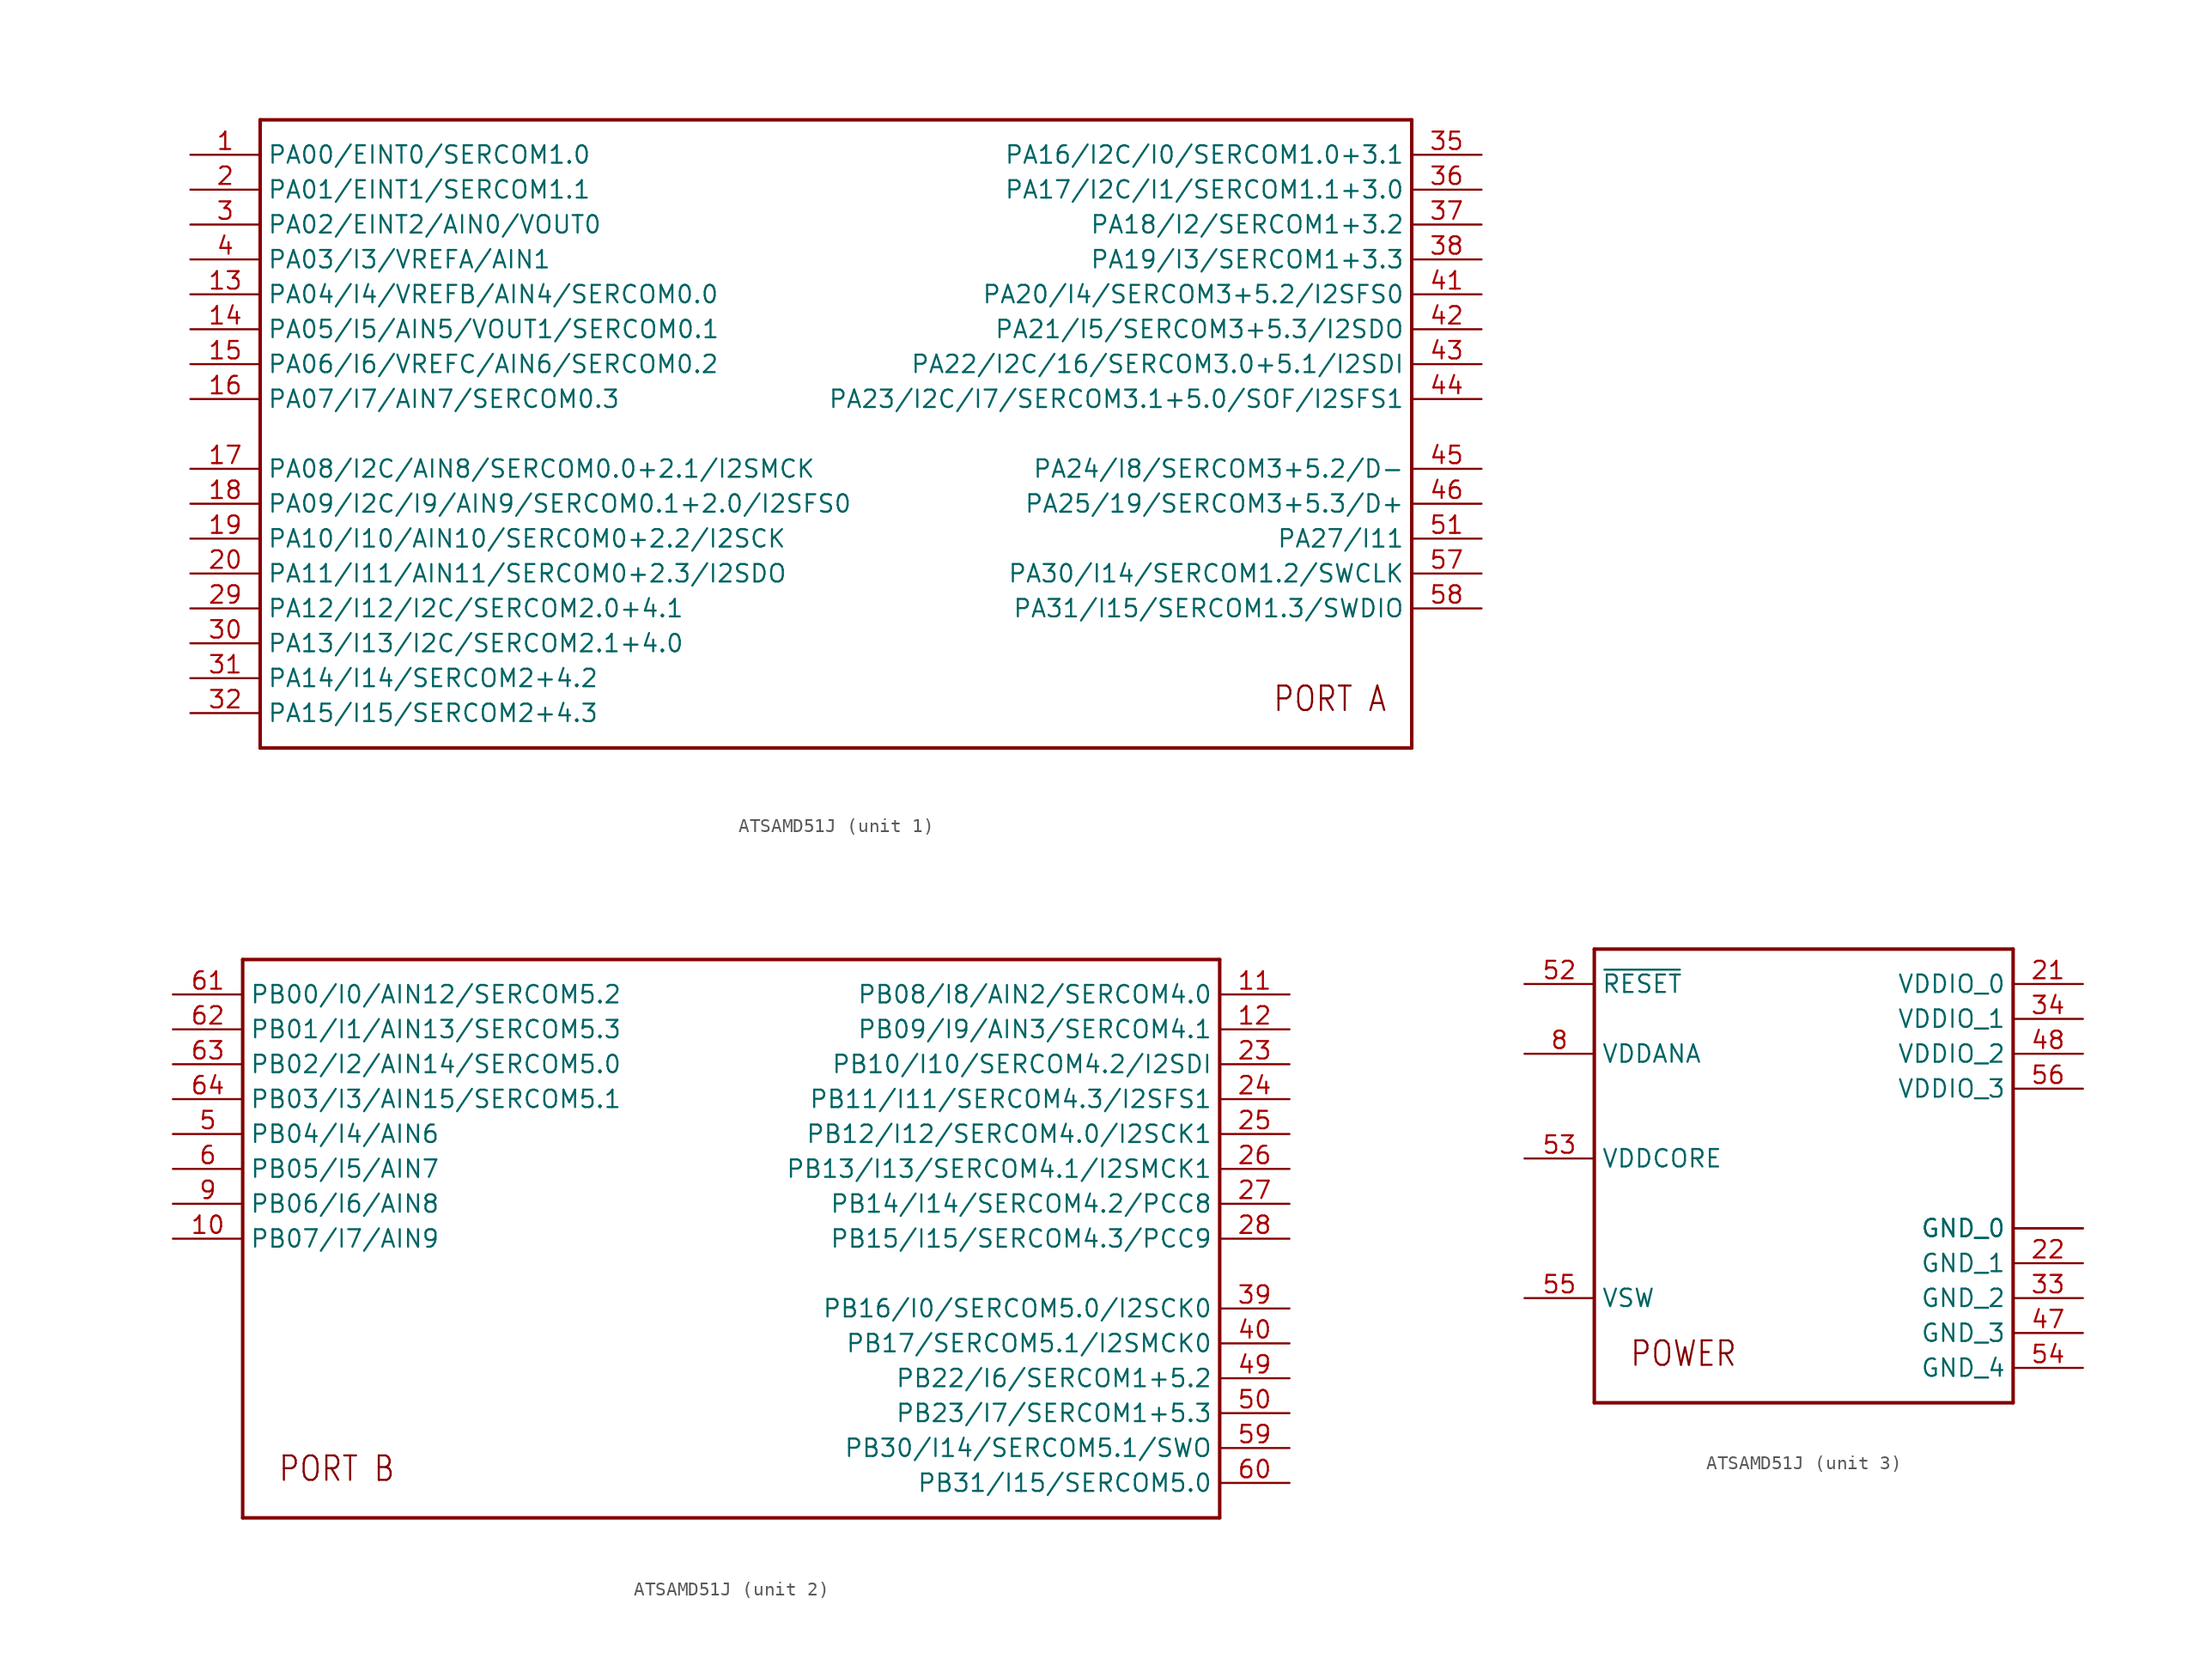
<source format=kicad_sym>
(kicad_symbol_lib
  (version 20231120)
  (generator "kicad_symbol_editor")
  (generator_version "8.0")
  (symbol "ATSAMD51J"
    (property "Reference" ""
      (at 0 0 0)
      (effects (font (size 1.27 1.27)) (hide yes)))
    (property "ki_locked" ""
      (at 0 0 0)
      (effects (font (size 1.27 1.27))))
    (symbol "ATSAMD51J_1_0"
      (polyline (pts (xy -25.4 -25.4) (xy -25.4 20.32)) (stroke (width 0.254) (type solid)) (fill (type none)))
      (polyline (pts (xy -25.4 20.32) (xy 58.42 20.32)) (stroke (width 0.254) (type solid)) (fill (type none)))
      (polyline (pts (xy 58.42 -25.4) (xy -25.4 -25.4)) (stroke (width 0.254) (type solid)) (fill (type none)))
      (polyline (pts (xy 58.42 20.32) (xy 58.42 -25.4)) (stroke (width 0.254) (type solid)) (fill (type none)))
      (text "PORT A" (at 48.26 -22.86 0) (effects (font (size 1.778 1.511)) (justify left bottom)))
      (pin bidirectional line (at -30.48 17.78 0) (length 5.08) (name "PA00/EINT0/SERCOM1.0" (effects (font (size 1.27 1.27)))) (number "1" (effects (font (size 1.27 1.27)))))
      (pin bidirectional line (at -30.48 7.62 0) (length 5.08) (name "PA04/I4/VREFB/AIN4/SERCOM0.0" (effects (font (size 1.27 1.27)))) (number "13" (effects (font (size 1.27 1.27)))))
      (pin bidirectional line (at -30.48 5.08 0) (length 5.08) (name "PA05/I5/AIN5/VOUT1/SERCOM0.1" (effects (font (size 1.27 1.27)))) (number "14" (effects (font (size 1.27 1.27)))))
      (pin bidirectional line (at -30.48 2.54 0) (length 5.08) (name "PA06/I6/VREFC/AIN6/SERCOM0.2" (effects (font (size 1.27 1.27)))) (number "15" (effects (font (size 1.27 1.27)))))
      (pin bidirectional line (at -30.48 0 0) (length 5.08) (name "PA07/I7/AIN7/SERCOM0.3" (effects (font (size 1.27 1.27)))) (number "16" (effects (font (size 1.27 1.27)))))
      (pin bidirectional line (at -30.48 -5.08 0) (length 5.08) (name "PA08/I2C/AIN8/SERCOM0.0+2.1/I2SMCK" (effects (font (size 1.27 1.27)))) (number "17" (effects (font (size 1.27 1.27)))))
      (pin bidirectional line (at -30.48 -7.62 0) (length 5.08) (name "PA09/I2C/I9/AIN9/SERCOM0.1+2.0/I2SFS0" (effects (font (size 1.27 1.27)))) (number "18" (effects (font (size 1.27 1.27)))))
      (pin bidirectional line (at -30.48 -10.16 0) (length 5.08) (name "PA10/I10/AIN10/SERCOM0+2.2/I2SCK" (effects (font (size 1.27 1.27)))) (number "19" (effects (font (size 1.27 1.27)))))
      (pin bidirectional line (at -30.48 15.24 0) (length 5.08) (name "PA01/EINT1/SERCOM1.1" (effects (font (size 1.27 1.27)))) (number "2" (effects (font (size 1.27 1.27)))))
      (pin bidirectional line (at -30.48 -12.7 0) (length 5.08) (name "PA11/I11/AIN11/SERCOM0+2.3/I2SDO" (effects (font (size 1.27 1.27)))) (number "20" (effects (font (size 1.27 1.27)))))
      (pin bidirectional line (at -30.48 -15.24 0) (length 5.08) (name "PA12/I12/I2C/SERCOM2.0+4.1" (effects (font (size 1.27 1.27)))) (number "29" (effects (font (size 1.27 1.27)))))
      (pin bidirectional line (at -30.48 12.7 0) (length 5.08) (name "PA02/EINT2/AIN0/VOUT0" (effects (font (size 1.27 1.27)))) (number "3" (effects (font (size 1.27 1.27)))))
      (pin bidirectional line (at -30.48 -17.78 0) (length 5.08) (name "PA13/I13/I2C/SERCOM2.1+4.0" (effects (font (size 1.27 1.27)))) (number "30" (effects (font (size 1.27 1.27)))))
      (pin bidirectional line (at -30.48 -20.32 0) (length 5.08) (name "PA14/I14/SERCOM2+4.2" (effects (font (size 1.27 1.27)))) (number "31" (effects (font (size 1.27 1.27)))))
      (pin bidirectional line (at -30.48 -22.86 0) (length 5.08) (name "PA15/I15/SERCOM2+4.3" (effects (font (size 1.27 1.27)))) (number "32" (effects (font (size 1.27 1.27)))))
      (pin bidirectional line (at 63.5 17.78 180) (length 5.08) (name "PA16/I2C/I0/SERCOM1.0+3.1" (effects (font (size 1.27 1.27)))) (number "35" (effects (font (size 1.27 1.27)))))
      (pin bidirectional line (at 63.5 15.24 180) (length 5.08) (name "PA17/I2C/I1/SERCOM1.1+3.0" (effects (font (size 1.27 1.27)))) (number "36" (effects (font (size 1.27 1.27)))))
      (pin bidirectional line (at 63.5 12.7 180) (length 5.08) (name "PA18/I2/SERCOM1+3.2" (effects (font (size 1.27 1.27)))) (number "37" (effects (font (size 1.27 1.27)))))
      (pin bidirectional line (at 63.5 10.16 180) (length 5.08) (name "PA19/I3/SERCOM1+3.3" (effects (font (size 1.27 1.27)))) (number "38" (effects (font (size 1.27 1.27)))))
      (pin bidirectional line (at -30.48 10.16 0) (length 5.08) (name "PA03/I3/VREFA/AIN1" (effects (font (size 1.27 1.27)))) (number "4" (effects (font (size 1.27 1.27)))))
      (pin bidirectional line (at 63.5 7.62 180) (length 5.08) (name "PA20/I4/SERCOM3+5.2/I2SFS0" (effects (font (size 1.27 1.27)))) (number "41" (effects (font (size 1.27 1.27)))))
      (pin bidirectional line (at 63.5 5.08 180) (length 5.08) (name "PA21/I5/SERCOM3+5.3/I2SDO" (effects (font (size 1.27 1.27)))) (number "42" (effects (font (size 1.27 1.27)))))
      (pin bidirectional line (at 63.5 2.54 180) (length 5.08) (name "PA22/I2C/16/SERCOM3.0+5.1/I2SDI" (effects (font (size 1.27 1.27)))) (number "43" (effects (font (size 1.27 1.27)))))
      (pin bidirectional line (at 63.5 0 180) (length 5.08) (name "PA23/I2C/I7/SERCOM3.1+5.0/SOF/I2SFS1" (effects (font (size 1.27 1.27)))) (number "44" (effects (font (size 1.27 1.27)))))
      (pin bidirectional line (at 63.5 -5.08 180) (length 5.08) (name "PA24/I8/SERCOM3+5.2/D-" (effects (font (size 1.27 1.27)))) (number "45" (effects (font (size 1.27 1.27)))))
      (pin bidirectional line (at 63.5 -7.62 180) (length 5.08) (name "PA25/19/SERCOM3+5.3/D+" (effects (font (size 1.27 1.27)))) (number "46" (effects (font (size 1.27 1.27)))))
      (pin bidirectional line (at 63.5 -10.16 180) (length 5.08) (name "PA27/I11" (effects (font (size 1.27 1.27)))) (number "51" (effects (font (size 1.27 1.27)))))
      (pin bidirectional line (at 63.5 -12.7 180) (length 5.08) (name "PA30/I14/SERCOM1.2/SWCLK" (effects (font (size 1.27 1.27)))) (number "57" (effects (font (size 1.27 1.27)))))
      (pin bidirectional line (at 63.5 -15.24 180) (length 5.08) (name "PA31/I15/SERCOM1.3/SWDIO" (effects (font (size 1.27 1.27)))) (number "58" (effects (font (size 1.27 1.27))))))
    (symbol "ATSAMD51J_2_0"
      (polyline (pts (xy -38.1 -25.4) (xy -38.1 15.24)) (stroke (width 0.254) (type solid)) (fill (type none)))
      (polyline (pts (xy -38.1 15.24) (xy 33.02 15.24)) (stroke (width 0.254) (type solid)) (fill (type none)))
      (polyline (pts (xy 33.02 -25.4) (xy -38.1 -25.4)) (stroke (width 0.254) (type solid)) (fill (type none)))
      (polyline (pts (xy 33.02 15.24) (xy 33.02 -25.4)) (stroke (width 0.254) (type solid)) (fill (type none)))
      (text "PORT B" (at -35.56 -22.86 0) (effects (font (size 1.778 1.511)) (justify left bottom)))
      (pin bidirectional line (at -43.18 -5.08 0) (length 5.08) (name "PB07/I7/AIN9" (effects (font (size 1.27 1.27)))) (number "10" (effects (font (size 1.27 1.27)))))
      (pin bidirectional line (at 38.1 12.7 180) (length 5.08) (name "PB08/I8/AIN2/SERCOM4.0" (effects (font (size 1.27 1.27)))) (number "11" (effects (font (size 1.27 1.27)))))
      (pin bidirectional line (at 38.1 10.16 180) (length 5.08) (name "PB09/I9/AIN3/SERCOM4.1" (effects (font (size 1.27 1.27)))) (number "12" (effects (font (size 1.27 1.27)))))
      (pin bidirectional line (at 38.1 7.62 180) (length 5.08) (name "PB10/I10/SERCOM4.2/I2SDI" (effects (font (size 1.27 1.27)))) (number "23" (effects (font (size 1.27 1.27)))))
      (pin bidirectional line (at 38.1 5.08 180) (length 5.08) (name "PB11/I11/SERCOM4.3/I2SFS1" (effects (font (size 1.27 1.27)))) (number "24" (effects (font (size 1.27 1.27)))))
      (pin bidirectional line (at 38.1 2.54 180) (length 5.08) (name "PB12/I12/SERCOM4.0/I2SCK1" (effects (font (size 1.27 1.27)))) (number "25" (effects (font (size 1.27 1.27)))))
      (pin bidirectional line (at 38.1 0 180) (length 5.08) (name "PB13/I13/SERCOM4.1/I2SMCK1" (effects (font (size 1.27 1.27)))) (number "26" (effects (font (size 1.27 1.27)))))
      (pin bidirectional line (at 38.1 -2.54 180) (length 5.08) (name "PB14/I14/SERCOM4.2/PCC8" (effects (font (size 1.27 1.27)))) (number "27" (effects (font (size 1.27 1.27)))))
      (pin bidirectional line (at 38.1 -5.08 180) (length 5.08) (name "PB15/I15/SERCOM4.3/PCC9" (effects (font (size 1.27 1.27)))) (number "28" (effects (font (size 1.27 1.27)))))
      (pin bidirectional line (at 38.1 -10.16 180) (length 5.08) (name "PB16/I0/SERCOM5.0/I2SCK0" (effects (font (size 1.27 1.27)))) (number "39" (effects (font (size 1.27 1.27)))))
      (pin bidirectional line (at 38.1 -12.7 180) (length 5.08) (name "PB17/SERCOM5.1/I2SMCK0" (effects (font (size 1.27 1.27)))) (number "40" (effects (font (size 1.27 1.27)))))
      (pin bidirectional line (at 38.1 -15.24 180) (length 5.08) (name "PB22/I6/SERCOM1+5.2" (effects (font (size 1.27 1.27)))) (number "49" (effects (font (size 1.27 1.27)))))
      (pin bidirectional line (at -43.18 2.54 0) (length 5.08) (name "PB04/I4/AIN6" (effects (font (size 1.27 1.27)))) (number "5" (effects (font (size 1.27 1.27)))))
      (pin bidirectional line (at 38.1 -17.78 180) (length 5.08) (name "PB23/I7/SERCOM1+5.3" (effects (font (size 1.27 1.27)))) (number "50" (effects (font (size 1.27 1.27)))))
      (pin bidirectional line (at 38.1 -20.32 180) (length 5.08) (name "PB30/I14/SERCOM5.1/SWO" (effects (font (size 1.27 1.27)))) (number "59" (effects (font (size 1.27 1.27)))))
      (pin bidirectional line (at -43.18 0 0) (length 5.08) (name "PB05/I5/AIN7" (effects (font (size 1.27 1.27)))) (number "6" (effects (font (size 1.27 1.27)))))
      (pin bidirectional line (at 38.1 -22.86 180) (length 5.08) (name "PB31/I15/SERCOM5.0" (effects (font (size 1.27 1.27)))) (number "60" (effects (font (size 1.27 1.27)))))
      (pin bidirectional line (at -43.18 12.7 0) (length 5.08) (name "PB00/I0/AIN12/SERCOM5.2" (effects (font (size 1.27 1.27)))) (number "61" (effects (font (size 1.27 1.27)))))
      (pin bidirectional line (at -43.18 10.16 0) (length 5.08) (name "PB01/I1/AIN13/SERCOM5.3" (effects (font (size 1.27 1.27)))) (number "62" (effects (font (size 1.27 1.27)))))
      (pin bidirectional line (at -43.18 7.62 0) (length 5.08) (name "PB02/I2/AIN14/SERCOM5.0" (effects (font (size 1.27 1.27)))) (number "63" (effects (font (size 1.27 1.27)))))
      (pin bidirectional line (at -43.18 5.08 0) (length 5.08) (name "PB03/I3/AIN15/SERCOM5.1" (effects (font (size 1.27 1.27)))) (number "64" (effects (font (size 1.27 1.27)))))
      (pin bidirectional line (at -43.18 -2.54 0) (length 5.08) (name "PB06/I6/AIN8" (effects (font (size 1.27 1.27)))) (number "9" (effects (font (size 1.27 1.27))))))
    (symbol "ATSAMD51J_3_0"
      (polyline (pts (xy -15.24 -15.24) (xy -15.24 17.78)) (stroke (width 0.254) (type solid)) (fill (type none)))
      (polyline (pts (xy -15.24 17.78) (xy 15.24 17.78)) (stroke (width 0.254) (type solid)) (fill (type none)))
      (polyline (pts (xy 15.24 -15.24) (xy -15.24 -15.24)) (stroke (width 0.254) (type solid)) (fill (type none)))
      (polyline (pts (xy 15.24 17.78) (xy 15.24 -15.24)) (stroke (width 0.254) (type solid)) (fill (type none)))
      (text "POWER" (at -12.7 -12.7 0) (effects (font (size 1.778 1.511)) (justify left bottom)))
      (pin bidirectional line (at 20.32 15.24 180) (length 5.08) (name "VDDIO_0" (effects (font (size 1.27 1.27)))) (number "21" (effects (font (size 1.27 1.27)))))
      (pin bidirectional line (at 20.32 -5.08 180) (length 5.08) (name "GND_1" (effects (font (size 1.27 1.27)))) (number "22" (effects (font (size 1.27 1.27)))))
      (pin bidirectional line (at 20.32 -7.62 180) (length 5.08) (name "GND_2" (effects (font (size 1.27 1.27)))) (number "33" (effects (font (size 1.27 1.27)))))
      (pin bidirectional line (at 20.32 12.7 180) (length 5.08) (name "VDDIO_1" (effects (font (size 1.27 1.27)))) (number "34" (effects (font (size 1.27 1.27)))))
      (pin bidirectional line (at 20.32 -10.16 180) (length 5.08) (name "GND_3" (effects (font (size 1.27 1.27)))) (number "47" (effects (font (size 1.27 1.27)))))
      (pin bidirectional line (at 20.32 10.16 180) (length 5.08) (name "VDDIO_2" (effects (font (size 1.27 1.27)))) (number "48" (effects (font (size 1.27 1.27)))))
      (pin bidirectional line (at -20.32 15.24 0) (length 5.08) (name "~{RESET}" (effects (font (size 1.27 1.27)))) (number "52" (effects (font (size 1.27 1.27)))))
      (pin bidirectional line (at -20.32 2.54 0) (length 5.08) (name "VDDCORE" (effects (font (size 1.27 1.27)))) (number "53" (effects (font (size 1.27 1.27)))))
      (pin bidirectional line (at 20.32 -12.7 180) (length 5.08) (name "GND_4" (effects (font (size 1.27 1.27)))) (number "54" (effects (font (size 1.27 1.27)))))
      (pin bidirectional line (at -20.32 -7.62 0) (length 5.08) (name "VSW" (effects (font (size 1.27 1.27)))) (number "55" (effects (font (size 1.27 1.27)))))
      (pin bidirectional line (at 20.32 7.62 180) (length 5.08) (name "VDDIO_3" (effects (font (size 1.27 1.27)))) (number "56" (effects (font (size 1.27 1.27)))))
      (pin bidirectional line (at 20.32 -2.54 180) (length 5.08) (name "GND_0" (effects (font (size 1.27 1.27)))) (number "7" (effects (font (size 0 0)))))
      (pin bidirectional line (at -20.32 10.16 0) (length 5.08) (name "VDDANA" (effects (font (size 1.27 1.27)))) (number "8" (effects (font (size 1.27 1.27)))))
      (pin bidirectional line (at 20.32 -2.54 180) (length 5.08) (name "GND_0" (effects (font (size 1.27 1.27)))) (number "EXP" (effects (font (size 0 0))))))))
</source>
